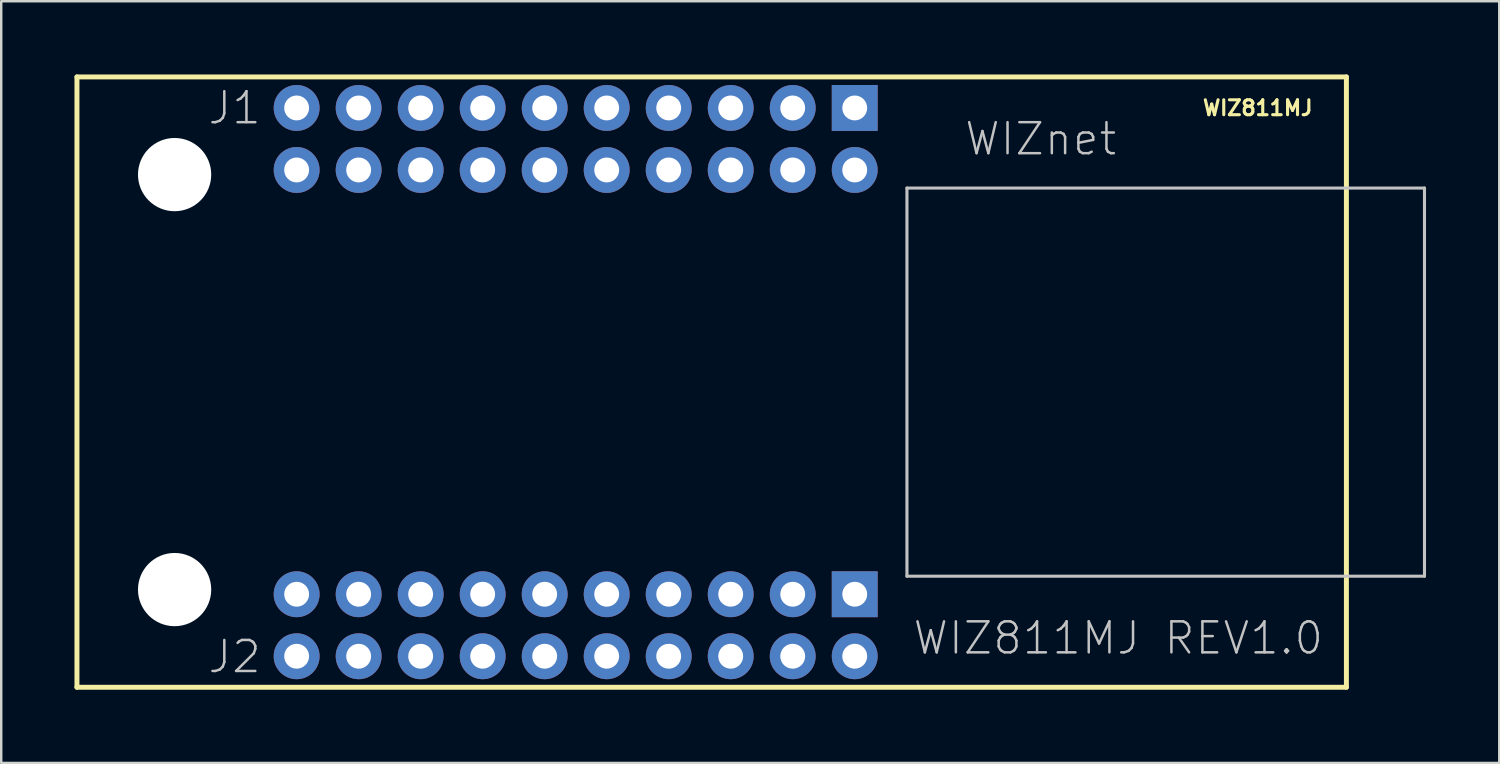
<source format=kicad_pcb>
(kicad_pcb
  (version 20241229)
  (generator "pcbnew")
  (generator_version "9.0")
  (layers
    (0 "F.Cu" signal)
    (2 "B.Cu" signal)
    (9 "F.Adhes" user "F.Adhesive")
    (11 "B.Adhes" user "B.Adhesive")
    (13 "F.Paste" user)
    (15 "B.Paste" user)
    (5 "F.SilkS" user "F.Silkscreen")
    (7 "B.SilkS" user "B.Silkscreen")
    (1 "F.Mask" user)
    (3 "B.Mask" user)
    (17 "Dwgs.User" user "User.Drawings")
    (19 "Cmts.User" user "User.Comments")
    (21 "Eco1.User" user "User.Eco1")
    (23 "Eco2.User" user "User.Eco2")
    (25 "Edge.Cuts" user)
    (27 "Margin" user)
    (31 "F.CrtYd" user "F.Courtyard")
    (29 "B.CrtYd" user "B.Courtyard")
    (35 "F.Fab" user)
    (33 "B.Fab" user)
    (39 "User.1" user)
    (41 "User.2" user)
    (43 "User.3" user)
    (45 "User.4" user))
  (footprint "WIZ811MJ"
    (layer "F.Cu")
    (at 25.611 12.802)
    (property "Reference" "WIZ811MJ" (at 22.86 -11.43 0) (layer "F.SilkS") (effects (font (size 0.61 0.61) (thickness 0.127))))
    (attr exclude_from_pos_files exclude_from_bom)
    (fp_line (start -25.509 -12.7) (end 26.49 -12.7) (stroke (width 0.203) (type solid)) (layer "F.SilkS"))
    (fp_line (start -25.509 12.299) (end -25.509 -12.7) (stroke (width 0.203) (type solid)) (layer "F.SilkS"))
    (fp_line (start 26.49 -12.7) (end 26.49 12.299) (stroke (width 0.203) (type solid)) (layer "F.SilkS"))
    (fp_line (start 26.49 12.299) (end -25.509 12.299) (stroke (width 0.203) (type solid)) (layer "F.SilkS"))
    (fp_line (start 8.489 7.75) (end 8.489 -8.148) (stroke (width 0.127) (type solid)) (layer "Dwgs.User"))
    (fp_line (start 8.489 7.75) (end 29.688 7.75) (stroke (width 0.127) (type solid)) (layer "Dwgs.User"))
    (fp_line (start 29.688 -8.148) (end 8.489 -8.148) (stroke (width 0.127) (type solid)) (layer "Dwgs.User"))
    (fp_line (start 29.688 7.75) (end 29.688 -8.148) (stroke (width 0.127) (type solid)) (layer "Dwgs.User"))
    (fp_text user "J2" (at -19.05 11.049 0) (layer "Dwgs.User") (effects (font (size 1.27 1.27) (thickness 0.102))))
    (fp_text user "WIZnet" (at 13.97 -10.16 0) (layer "Dwgs.User") (effects (font (size 1.27 1.27) (thickness 0.102))))
    (fp_text user "J1" (at -19.05 -11.43 0) (layer "Dwgs.User") (effects (font (size 1.27 1.27) (thickness 0.102))))
    (fp_text user "WIZ811MJ REV1.0" (at 17.145 10.287 0) (layer "Dwgs.User") (effects (font (size 1.27 1.27) (thickness 0.102))))
    (pad "" np_thru_hole circle (at -21.509 -8.7) (size 3 3) (drill 3) (layers "*.Cu" "*.Mask"))
    (pad "" np_thru_hole circle (at -21.509 8.298) (size 3 3) (drill 3) (layers "*.Cu" "*.Mask"))
    (pad "1" thru_hole rect (at 6.35 -11.43) (size 1.88 1.88) (drill 1.019) (layers "*.Cu" "*.Mask"))
    (pad "2" thru_hole circle (at 6.35 -8.89) (size 1.88 1.88) (drill 1.019) (layers "*.Cu" "*.Mask"))
    (pad "3" thru_hole circle (at 3.81 -11.43) (size 1.88 1.88) (drill 1.019) (layers "*.Cu" "*.Mask"))
    (pad "4" thru_hole circle (at 3.81 -8.89) (size 1.88 1.88) (drill 1.019) (layers "*.Cu" "*.Mask"))
    (pad "5" thru_hole circle (at 1.27 -11.43) (size 1.88 1.88) (drill 1.019) (layers "*.Cu" "*.Mask"))
    (pad "6" thru_hole circle (at 1.27 -8.89) (size 1.88 1.88) (drill 1.019) (layers "*.Cu" "*.Mask"))
    (pad "7" thru_hole circle (at -1.27 -11.43) (size 1.88 1.88) (drill 1.019) (layers "*.Cu" "*.Mask"))
    (pad "8" thru_hole circle (at -1.27 -8.89) (size 1.88 1.88) (drill 1.019) (layers "*.Cu" "*.Mask"))
    (pad "9" thru_hole circle (at -3.81 -11.43) (size 1.88 1.88) (drill 1.019) (layers "*.Cu" "*.Mask"))
    (pad "10" thru_hole circle (at -3.81 -8.89) (size 1.88 1.88) (drill 1.019) (layers "*.Cu" "*.Mask"))
    (pad "11" thru_hole circle (at -6.35 -11.43) (size 1.88 1.88) (drill 1.019) (layers "*.Cu" "*.Mask"))
    (pad "12" thru_hole circle (at -6.35 -8.89) (size 1.88 1.88) (drill 1.019) (layers "*.Cu" "*.Mask"))
    (pad "13" thru_hole circle (at -8.89 -11.43) (size 1.88 1.88) (drill 1.019) (layers "*.Cu" "*.Mask"))
    (pad "14" thru_hole circle (at -8.89 -8.89) (size 1.88 1.88) (drill 1.019) (layers "*.Cu" "*.Mask"))
    (pad "15" thru_hole circle (at -11.43 -11.43) (size 1.88 1.88) (drill 1.019) (layers "*.Cu" "*.Mask"))
    (pad "16" thru_hole circle (at -11.43 -8.89) (size 1.88 1.88) (drill 1.019) (layers "*.Cu" "*.Mask"))
    (pad "17" thru_hole circle (at -13.97 -11.43) (size 1.88 1.88) (drill 1.019) (layers "*.Cu" "*.Mask"))
    (pad "18" thru_hole circle (at -13.97 -8.89) (size 1.88 1.88) (drill 1.019) (layers "*.Cu" "*.Mask"))
    (pad "19" thru_hole circle (at -16.51 -11.43) (size 1.88 1.88) (drill 1.019) (layers "*.Cu" "*.Mask"))
    (pad "20" thru_hole circle (at -16.51 -8.89) (size 1.88 1.88) (drill 1.019) (layers "*.Cu" "*.Mask"))
    (pad "21" thru_hole rect (at 6.35 8.489) (size 1.88 1.88) (drill 1.019) (layers "*.Cu" "*.Mask"))
    (pad "22" thru_hole circle (at 6.35 11.029) (size 1.88 1.88) (drill 1.019) (layers "*.Cu" "*.Mask"))
    (pad "23" thru_hole circle (at 3.81 8.489) (size 1.88 1.88) (drill 1.019) (layers "*.Cu" "*.Mask"))
    (pad "24" thru_hole circle (at 3.81 11.029) (size 1.88 1.88) (drill 1.019) (layers "*.Cu" "*.Mask"))
    (pad "25" thru_hole circle (at 1.27 8.489) (size 1.88 1.88) (drill 1.019) (layers "*.Cu" "*.Mask"))
    (pad "26" thru_hole circle (at 1.27 11.029) (size 1.88 1.88) (drill 1.019) (layers "*.Cu" "*.Mask"))
    (pad "27" thru_hole circle (at -1.27 8.489) (size 1.88 1.88) (drill 1.019) (layers "*.Cu" "*.Mask"))
    (pad "28" thru_hole circle (at -1.27 11.029) (size 1.88 1.88) (drill 1.019) (layers "*.Cu" "*.Mask"))
    (pad "29" thru_hole circle (at -3.81 8.489) (size 1.88 1.88) (drill 1.019) (layers "*.Cu" "*.Mask"))
    (pad "30" thru_hole circle (at -3.81 11.029) (size 1.88 1.88) (drill 1.019) (layers "*.Cu" "*.Mask"))
    (pad "31" thru_hole circle (at -6.35 8.489) (size 1.88 1.88) (drill 1.019) (layers "*.Cu" "*.Mask"))
    (pad "32" thru_hole circle (at -6.35 11.029) (size 1.88 1.88) (drill 1.019) (layers "*.Cu" "*.Mask"))
    (pad "33" thru_hole circle (at -8.89 8.489) (size 1.88 1.88) (drill 1.019) (layers "*.Cu" "*.Mask"))
    (pad "34" thru_hole circle (at -8.89 11.029) (size 1.88 1.88) (drill 1.019) (layers "*.Cu" "*.Mask"))
    (pad "35" thru_hole circle (at -11.43 8.489) (size 1.88 1.88) (drill 1.019) (layers "*.Cu" "*.Mask"))
    (pad "36" thru_hole circle (at -11.43 11.029) (size 1.88 1.88) (drill 1.019) (layers "*.Cu" "*.Mask"))
    (pad "37" thru_hole circle (at -13.97 8.489) (size 1.88 1.88) (drill 1.019) (layers "*.Cu" "*.Mask"))
    (pad "38" thru_hole circle (at -13.97 11.029) (size 1.88 1.88) (drill 1.019) (layers "*.Cu" "*.Mask"))
    (pad "39" thru_hole circle (at -16.51 8.489) (size 1.88 1.88) (drill 1.019) (layers "*.Cu" "*.Mask"))
    (pad "40" thru_hole circle (at -16.51 11.029) (size 1.88 1.88) (drill 1.019) (layers "*.Cu" "*.Mask")))
  (gr_rect
    (start -3 -3)
    (end 58.362 28.202)
    (stroke (width 0.1) (type default))
    (fill no)
    (layer "Edge.Cuts")))
</source>
